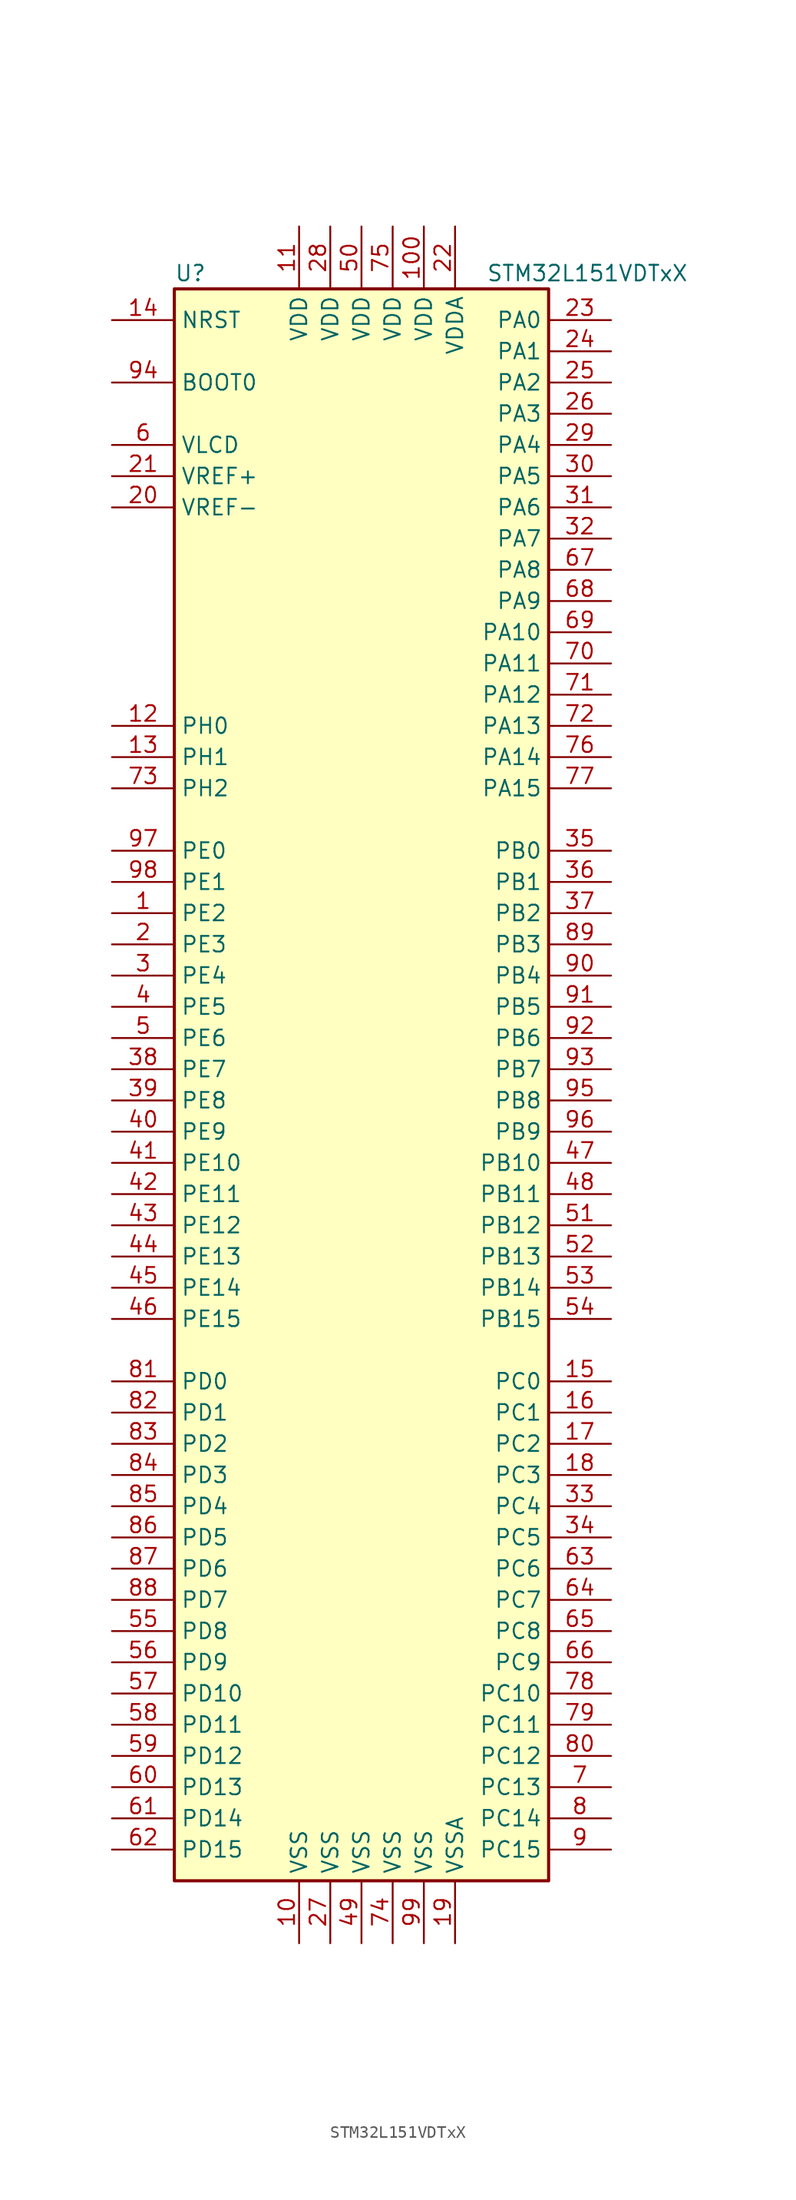
<source format=kicad_sym>
(kicad_symbol_lib
  (version 20201005)
  (generator kicad_symbol_editor)
  (symbol "MCU_ST_STM32L1:STM32L151VDTxX"
    (property "Reference" "U"
      (at -15.24 64.77 0)
      (effects (font (size 1.27 1.27)) (justify left)))
    (property "Value" "STM32L151VDTxX"
      (at 10.16 64.77 0)
      (effects (font (size 1.27 1.27)) (justify left)))
    (symbol "STM32L151VDTxX_0_1"
      (rectangle (start -15.24 -66.04) (end 15.24 63.5) (stroke (width 0.254)) (fill (type background))))
    (symbol "STM32L151VDTxX_1_1"
      (pin input line (at -20.32 55.88 0) (length 5.08) (name "BOOT0" (effects (font (size 1.27 1.27)))) (number "94" (effects (font (size 1.27 1.27)))))
      (pin input line (at -20.32 60.96 0) (length 5.08) (name "NRST" (effects (font (size 1.27 1.27)))) (number "14" (effects (font (size 1.27 1.27)))))
      (pin bidirectional line (at 20.32 60.96 180) (length 5.08) (name "PA0" (effects (font (size 1.27 1.27)))) (number "23" (effects (font (size 1.27 1.27)))))
      (pin bidirectional line (at 20.32 58.42 180) (length 5.08) (name "PA1" (effects (font (size 1.27 1.27)))) (number "24" (effects (font (size 1.27 1.27)))))
      (pin bidirectional line (at 20.32 35.56 180) (length 5.08) (name "PA10" (effects (font (size 1.27 1.27)))) (number "69" (effects (font (size 1.27 1.27)))))
      (pin bidirectional line (at 20.32 33.02 180) (length 5.08) (name "PA11" (effects (font (size 1.27 1.27)))) (number "70" (effects (font (size 1.27 1.27)))))
      (pin bidirectional line (at 20.32 30.48 180) (length 5.08) (name "PA12" (effects (font (size 1.27 1.27)))) (number "71" (effects (font (size 1.27 1.27)))))
      (pin bidirectional line (at 20.32 27.94 180) (length 5.08) (name "PA13" (effects (font (size 1.27 1.27)))) (number "72" (effects (font (size 1.27 1.27)))))
      (pin bidirectional line (at 20.32 25.4 180) (length 5.08) (name "PA14" (effects (font (size 1.27 1.27)))) (number "76" (effects (font (size 1.27 1.27)))))
      (pin bidirectional line (at 20.32 22.86 180) (length 5.08) (name "PA15" (effects (font (size 1.27 1.27)))) (number "77" (effects (font (size 1.27 1.27)))))
      (pin bidirectional line (at 20.32 55.88 180) (length 5.08) (name "PA2" (effects (font (size 1.27 1.27)))) (number "25" (effects (font (size 1.27 1.27)))))
      (pin bidirectional line (at 20.32 53.34 180) (length 5.08) (name "PA3" (effects (font (size 1.27 1.27)))) (number "26" (effects (font (size 1.27 1.27)))))
      (pin bidirectional line (at 20.32 50.8 180) (length 5.08) (name "PA4" (effects (font (size 1.27 1.27)))) (number "29" (effects (font (size 1.27 1.27)))))
      (pin bidirectional line (at 20.32 48.26 180) (length 5.08) (name "PA5" (effects (font (size 1.27 1.27)))) (number "30" (effects (font (size 1.27 1.27)))))
      (pin bidirectional line (at 20.32 45.72 180) (length 5.08) (name "PA6" (effects (font (size 1.27 1.27)))) (number "31" (effects (font (size 1.27 1.27)))))
      (pin bidirectional line (at 20.32 43.18 180) (length 5.08) (name "PA7" (effects (font (size 1.27 1.27)))) (number "32" (effects (font (size 1.27 1.27)))))
      (pin bidirectional line (at 20.32 40.64 180) (length 5.08) (name "PA8" (effects (font (size 1.27 1.27)))) (number "67" (effects (font (size 1.27 1.27)))))
      (pin bidirectional line (at 20.32 38.1 180) (length 5.08) (name "PA9" (effects (font (size 1.27 1.27)))) (number "68" (effects (font (size 1.27 1.27)))))
      (pin bidirectional line (at 20.32 17.78 180) (length 5.08) (name "PB0" (effects (font (size 1.27 1.27)))) (number "35" (effects (font (size 1.27 1.27)))))
      (pin bidirectional line (at 20.32 15.24 180) (length 5.08) (name "PB1" (effects (font (size 1.27 1.27)))) (number "36" (effects (font (size 1.27 1.27)))))
      (pin bidirectional line (at 20.32 -7.62 180) (length 5.08) (name "PB10" (effects (font (size 1.27 1.27)))) (number "47" (effects (font (size 1.27 1.27)))))
      (pin bidirectional line (at 20.32 -10.16 180) (length 5.08) (name "PB11" (effects (font (size 1.27 1.27)))) (number "48" (effects (font (size 1.27 1.27)))))
      (pin bidirectional line (at 20.32 -12.7 180) (length 5.08) (name "PB12" (effects (font (size 1.27 1.27)))) (number "51" (effects (font (size 1.27 1.27)))))
      (pin bidirectional line (at 20.32 -15.24 180) (length 5.08) (name "PB13" (effects (font (size 1.27 1.27)))) (number "52" (effects (font (size 1.27 1.27)))))
      (pin bidirectional line (at 20.32 -17.78 180) (length 5.08) (name "PB14" (effects (font (size 1.27 1.27)))) (number "53" (effects (font (size 1.27 1.27)))))
      (pin bidirectional line (at 20.32 -20.32 180) (length 5.08) (name "PB15" (effects (font (size 1.27 1.27)))) (number "54" (effects (font (size 1.27 1.27)))))
      (pin bidirectional line (at 20.32 12.7 180) (length 5.08) (name "PB2" (effects (font (size 1.27 1.27)))) (number "37" (effects (font (size 1.27 1.27)))))
      (pin bidirectional line (at 20.32 10.16 180) (length 5.08) (name "PB3" (effects (font (size 1.27 1.27)))) (number "89" (effects (font (size 1.27 1.27)))))
      (pin bidirectional line (at 20.32 7.62 180) (length 5.08) (name "PB4" (effects (font (size 1.27 1.27)))) (number "90" (effects (font (size 1.27 1.27)))))
      (pin bidirectional line (at 20.32 5.08 180) (length 5.08) (name "PB5" (effects (font (size 1.27 1.27)))) (number "91" (effects (font (size 1.27 1.27)))))
      (pin bidirectional line (at 20.32 2.54 180) (length 5.08) (name "PB6" (effects (font (size 1.27 1.27)))) (number "92" (effects (font (size 1.27 1.27)))))
      (pin bidirectional line (at 20.32 0 180) (length 5.08) (name "PB7" (effects (font (size 1.27 1.27)))) (number "93" (effects (font (size 1.27 1.27)))))
      (pin bidirectional line (at 20.32 -2.54 180) (length 5.08) (name "PB8" (effects (font (size 1.27 1.27)))) (number "95" (effects (font (size 1.27 1.27)))))
      (pin bidirectional line (at 20.32 -5.08 180) (length 5.08) (name "PB9" (effects (font (size 1.27 1.27)))) (number "96" (effects (font (size 1.27 1.27)))))
      (pin bidirectional line (at 20.32 -25.4 180) (length 5.08) (name "PC0" (effects (font (size 1.27 1.27)))) (number "15" (effects (font (size 1.27 1.27)))))
      (pin bidirectional line (at 20.32 -27.94 180) (length 5.08) (name "PC1" (effects (font (size 1.27 1.27)))) (number "16" (effects (font (size 1.27 1.27)))))
      (pin bidirectional line (at 20.32 -50.8 180) (length 5.08) (name "PC10" (effects (font (size 1.27 1.27)))) (number "78" (effects (font (size 1.27 1.27)))))
      (pin bidirectional line (at 20.32 -53.34 180) (length 5.08) (name "PC11" (effects (font (size 1.27 1.27)))) (number "79" (effects (font (size 1.27 1.27)))))
      (pin bidirectional line (at 20.32 -55.88 180) (length 5.08) (name "PC12" (effects (font (size 1.27 1.27)))) (number "80" (effects (font (size 1.27 1.27)))))
      (pin bidirectional line (at 20.32 -58.42 180) (length 5.08) (name "PC13" (effects (font (size 1.27 1.27)))) (number "7" (effects (font (size 1.27 1.27)))))
      (pin bidirectional line (at 20.32 -60.96 180) (length 5.08) (name "PC14" (effects (font (size 1.27 1.27)))) (number "8" (effects (font (size 1.27 1.27)))))
      (pin bidirectional line (at 20.32 -63.5 180) (length 5.08) (name "PC15" (effects (font (size 1.27 1.27)))) (number "9" (effects (font (size 1.27 1.27)))))
      (pin bidirectional line (at 20.32 -30.48 180) (length 5.08) (name "PC2" (effects (font (size 1.27 1.27)))) (number "17" (effects (font (size 1.27 1.27)))))
      (pin bidirectional line (at 20.32 -33.02 180) (length 5.08) (name "PC3" (effects (font (size 1.27 1.27)))) (number "18" (effects (font (size 1.27 1.27)))))
      (pin bidirectional line (at 20.32 -35.56 180) (length 5.08) (name "PC4" (effects (font (size 1.27 1.27)))) (number "33" (effects (font (size 1.27 1.27)))))
      (pin bidirectional line (at 20.32 -38.1 180) (length 5.08) (name "PC5" (effects (font (size 1.27 1.27)))) (number "34" (effects (font (size 1.27 1.27)))))
      (pin bidirectional line (at 20.32 -40.64 180) (length 5.08) (name "PC6" (effects (font (size 1.27 1.27)))) (number "63" (effects (font (size 1.27 1.27)))))
      (pin bidirectional line (at 20.32 -43.18 180) (length 5.08) (name "PC7" (effects (font (size 1.27 1.27)))) (number "64" (effects (font (size 1.27 1.27)))))
      (pin bidirectional line (at 20.32 -45.72 180) (length 5.08) (name "PC8" (effects (font (size 1.27 1.27)))) (number "65" (effects (font (size 1.27 1.27)))))
      (pin bidirectional line (at 20.32 -48.26 180) (length 5.08) (name "PC9" (effects (font (size 1.27 1.27)))) (number "66" (effects (font (size 1.27 1.27)))))
      (pin bidirectional line (at -20.32 -25.4 0) (length 5.08) (name "PD0" (effects (font (size 1.27 1.27)))) (number "81" (effects (font (size 1.27 1.27)))))
      (pin bidirectional line (at -20.32 -27.94 0) (length 5.08) (name "PD1" (effects (font (size 1.27 1.27)))) (number "82" (effects (font (size 1.27 1.27)))))
      (pin bidirectional line (at -20.32 -50.8 0) (length 5.08) (name "PD10" (effects (font (size 1.27 1.27)))) (number "57" (effects (font (size 1.27 1.27)))))
      (pin bidirectional line (at -20.32 -53.34 0) (length 5.08) (name "PD11" (effects (font (size 1.27 1.27)))) (number "58" (effects (font (size 1.27 1.27)))))
      (pin bidirectional line (at -20.32 -55.88 0) (length 5.08) (name "PD12" (effects (font (size 1.27 1.27)))) (number "59" (effects (font (size 1.27 1.27)))))
      (pin bidirectional line (at -20.32 -58.42 0) (length 5.08) (name "PD13" (effects (font (size 1.27 1.27)))) (number "60" (effects (font (size 1.27 1.27)))))
      (pin bidirectional line (at -20.32 -60.96 0) (length 5.08) (name "PD14" (effects (font (size 1.27 1.27)))) (number "61" (effects (font (size 1.27 1.27)))))
      (pin bidirectional line (at -20.32 -63.5 0) (length 5.08) (name "PD15" (effects (font (size 1.27 1.27)))) (number "62" (effects (font (size 1.27 1.27)))))
      (pin bidirectional line (at -20.32 -30.48 0) (length 5.08) (name "PD2" (effects (font (size 1.27 1.27)))) (number "83" (effects (font (size 1.27 1.27)))))
      (pin bidirectional line (at -20.32 -33.02 0) (length 5.08) (name "PD3" (effects (font (size 1.27 1.27)))) (number "84" (effects (font (size 1.27 1.27)))))
      (pin bidirectional line (at -20.32 -35.56 0) (length 5.08) (name "PD4" (effects (font (size 1.27 1.27)))) (number "85" (effects (font (size 1.27 1.27)))))
      (pin bidirectional line (at -20.32 -38.1 0) (length 5.08) (name "PD5" (effects (font (size 1.27 1.27)))) (number "86" (effects (font (size 1.27 1.27)))))
      (pin bidirectional line (at -20.32 -40.64 0) (length 5.08) (name "PD6" (effects (font (size 1.27 1.27)))) (number "87" (effects (font (size 1.27 1.27)))))
      (pin bidirectional line (at -20.32 -43.18 0) (length 5.08) (name "PD7" (effects (font (size 1.27 1.27)))) (number "88" (effects (font (size 1.27 1.27)))))
      (pin bidirectional line (at -20.32 -45.72 0) (length 5.08) (name "PD8" (effects (font (size 1.27 1.27)))) (number "55" (effects (font (size 1.27 1.27)))))
      (pin bidirectional line (at -20.32 -48.26 0) (length 5.08) (name "PD9" (effects (font (size 1.27 1.27)))) (number "56" (effects (font (size 1.27 1.27)))))
      (pin bidirectional line (at -20.32 17.78 0) (length 5.08) (name "PE0" (effects (font (size 1.27 1.27)))) (number "97" (effects (font (size 1.27 1.27)))))
      (pin bidirectional line (at -20.32 15.24 0) (length 5.08) (name "PE1" (effects (font (size 1.27 1.27)))) (number "98" (effects (font (size 1.27 1.27)))))
      (pin bidirectional line (at -20.32 -7.62 0) (length 5.08) (name "PE10" (effects (font (size 1.27 1.27)))) (number "41" (effects (font (size 1.27 1.27)))))
      (pin bidirectional line (at -20.32 -10.16 0) (length 5.08) (name "PE11" (effects (font (size 1.27 1.27)))) (number "42" (effects (font (size 1.27 1.27)))))
      (pin bidirectional line (at -20.32 -12.7 0) (length 5.08) (name "PE12" (effects (font (size 1.27 1.27)))) (number "43" (effects (font (size 1.27 1.27)))))
      (pin bidirectional line (at -20.32 -15.24 0) (length 5.08) (name "PE13" (effects (font (size 1.27 1.27)))) (number "44" (effects (font (size 1.27 1.27)))))
      (pin bidirectional line (at -20.32 -17.78 0) (length 5.08) (name "PE14" (effects (font (size 1.27 1.27)))) (number "45" (effects (font (size 1.27 1.27)))))
      (pin bidirectional line (at -20.32 -20.32 0) (length 5.08) (name "PE15" (effects (font (size 1.27 1.27)))) (number "46" (effects (font (size 1.27 1.27)))))
      (pin bidirectional line (at -20.32 12.7 0) (length 5.08) (name "PE2" (effects (font (size 1.27 1.27)))) (number "1" (effects (font (size 1.27 1.27)))))
      (pin bidirectional line (at -20.32 10.16 0) (length 5.08) (name "PE3" (effects (font (size 1.27 1.27)))) (number "2" (effects (font (size 1.27 1.27)))))
      (pin bidirectional line (at -20.32 7.62 0) (length 5.08) (name "PE4" (effects (font (size 1.27 1.27)))) (number "3" (effects (font (size 1.27 1.27)))))
      (pin bidirectional line (at -20.32 5.08 0) (length 5.08) (name "PE5" (effects (font (size 1.27 1.27)))) (number "4" (effects (font (size 1.27 1.27)))))
      (pin bidirectional line (at -20.32 2.54 0) (length 5.08) (name "PE6" (effects (font (size 1.27 1.27)))) (number "5" (effects (font (size 1.27 1.27)))))
      (pin bidirectional line (at -20.32 0 0) (length 5.08) (name "PE7" (effects (font (size 1.27 1.27)))) (number "38" (effects (font (size 1.27 1.27)))))
      (pin bidirectional line (at -20.32 -2.54 0) (length 5.08) (name "PE8" (effects (font (size 1.27 1.27)))) (number "39" (effects (font (size 1.27 1.27)))))
      (pin bidirectional line (at -20.32 -5.08 0) (length 5.08) (name "PE9" (effects (font (size 1.27 1.27)))) (number "40" (effects (font (size 1.27 1.27)))))
      (pin input line (at -20.32 27.94 0) (length 5.08) (name "PH0" (effects (font (size 1.27 1.27)))) (number "12" (effects (font (size 1.27 1.27)))))
      (pin input line (at -20.32 25.4 0) (length 5.08) (name "PH1" (effects (font (size 1.27 1.27)))) (number "13" (effects (font (size 1.27 1.27)))))
      (pin bidirectional line (at -20.32 22.86 0) (length 5.08) (name "PH2" (effects (font (size 1.27 1.27)))) (number "73" (effects (font (size 1.27 1.27)))))
      (pin power_in line (at 5.08 68.58 270) (length 5.08) (name "VDD" (effects (font (size 1.27 1.27)))) (number "100" (effects (font (size 1.27 1.27)))))
      (pin power_in line (at -5.08 68.58 270) (length 5.08) (name "VDD" (effects (font (size 1.27 1.27)))) (number "11" (effects (font (size 1.27 1.27)))))
      (pin power_in line (at -2.54 68.58 270) (length 5.08) (name "VDD" (effects (font (size 1.27 1.27)))) (number "28" (effects (font (size 1.27 1.27)))))
      (pin power_in line (at 0 68.58 270) (length 5.08) (name "VDD" (effects (font (size 1.27 1.27)))) (number "50" (effects (font (size 1.27 1.27)))))
      (pin power_in line (at 2.54 68.58 270) (length 5.08) (name "VDD" (effects (font (size 1.27 1.27)))) (number "75" (effects (font (size 1.27 1.27)))))
      (pin power_in line (at 7.62 68.58 270) (length 5.08) (name "VDDA" (effects (font (size 1.27 1.27)))) (number "22" (effects (font (size 1.27 1.27)))))
      (pin power_in line (at -20.32 50.8 0) (length 5.08) (name "VLCD" (effects (font (size 1.27 1.27)))) (number "6" (effects (font (size 1.27 1.27)))))
      (pin power_in line (at -20.32 48.26 0) (length 5.08) (name "VREF+" (effects (font (size 1.27 1.27)))) (number "21" (effects (font (size 1.27 1.27)))))
      (pin power_in line (at -20.32 45.72 0) (length 5.08) (name "VREF-" (effects (font (size 1.27 1.27)))) (number "20" (effects (font (size 1.27 1.27)))))
      (pin power_in line (at -5.08 -71.12 90) (length 5.08) (name "VSS" (effects (font (size 1.27 1.27)))) (number "10" (effects (font (size 1.27 1.27)))))
      (pin power_in line (at -2.54 -71.12 90) (length 5.08) (name "VSS" (effects (font (size 1.27 1.27)))) (number "27" (effects (font (size 1.27 1.27)))))
      (pin power_in line (at 0 -71.12 90) (length 5.08) (name "VSS" (effects (font (size 1.27 1.27)))) (number "49" (effects (font (size 1.27 1.27)))))
      (pin power_in line (at 2.54 -71.12 90) (length 5.08) (name "VSS" (effects (font (size 1.27 1.27)))) (number "74" (effects (font (size 1.27 1.27)))))
      (pin power_in line (at 5.08 -71.12 90) (length 5.08) (name "VSS" (effects (font (size 1.27 1.27)))) (number "99" (effects (font (size 1.27 1.27)))))
      (pin power_in line (at 7.62 -71.12 90) (length 5.08) (name "VSSA" (effects (font (size 1.27 1.27)))) (number "19" (effects (font (size 1.27 1.27))))))))
</source>
